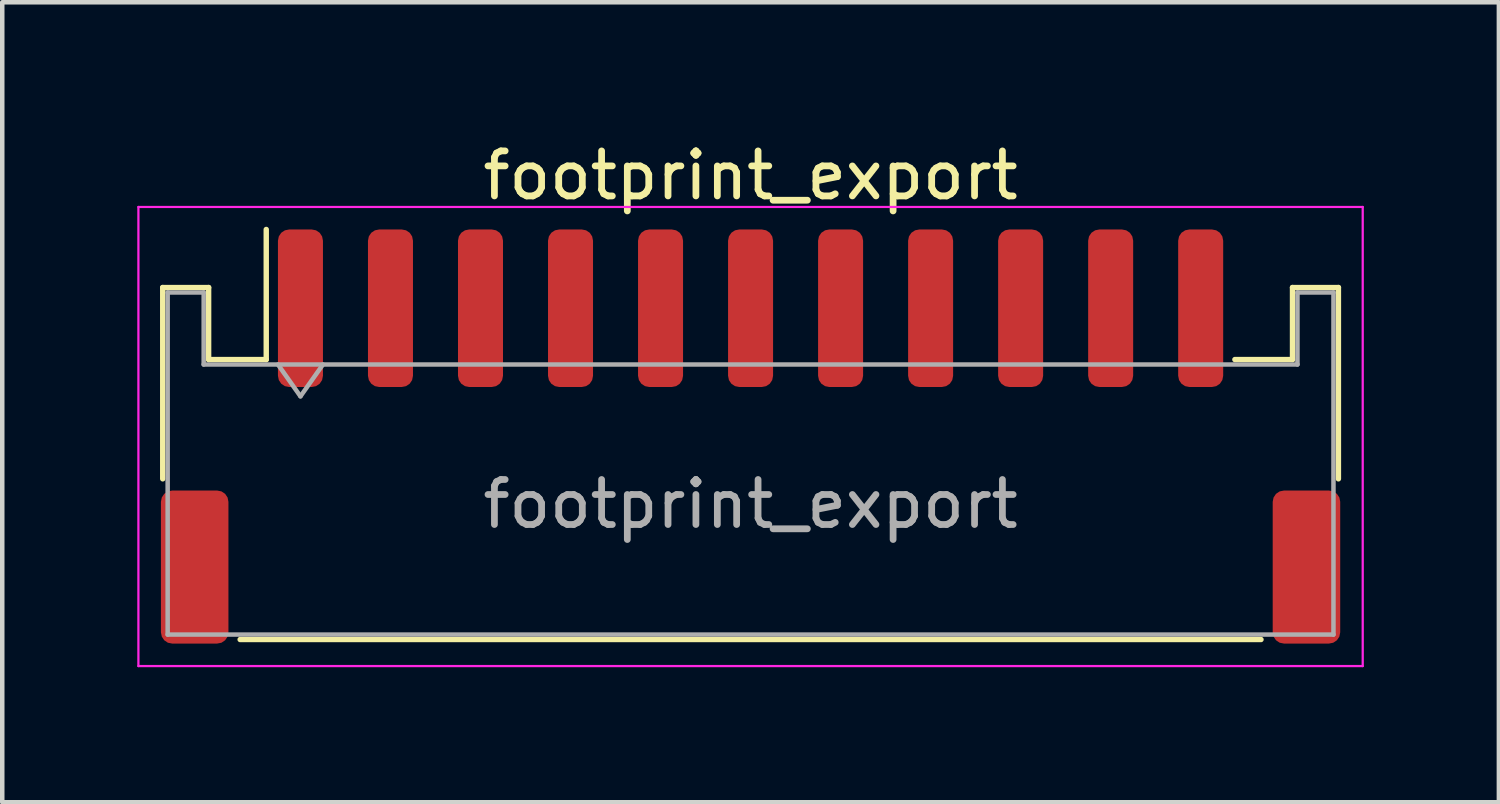
<source format=kicad_pcb>
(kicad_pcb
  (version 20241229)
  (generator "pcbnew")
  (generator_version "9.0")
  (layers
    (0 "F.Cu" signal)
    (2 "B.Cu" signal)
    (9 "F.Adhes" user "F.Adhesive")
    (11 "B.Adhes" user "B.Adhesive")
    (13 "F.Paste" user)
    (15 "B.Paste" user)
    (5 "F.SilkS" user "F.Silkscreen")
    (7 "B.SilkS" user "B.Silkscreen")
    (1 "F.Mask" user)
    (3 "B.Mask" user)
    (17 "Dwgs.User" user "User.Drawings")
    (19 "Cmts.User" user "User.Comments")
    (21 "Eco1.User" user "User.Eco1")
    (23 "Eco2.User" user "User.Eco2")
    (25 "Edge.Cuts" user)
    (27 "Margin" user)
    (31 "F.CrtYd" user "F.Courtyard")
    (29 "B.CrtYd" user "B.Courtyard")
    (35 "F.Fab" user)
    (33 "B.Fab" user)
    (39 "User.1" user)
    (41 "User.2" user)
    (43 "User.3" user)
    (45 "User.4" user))
  (footprint "footprint_export"
    (layer "F.Cu")
    (at 13.625 6.648)
    (property "Reference" "footprint_export" (at 0 -5.8 0) (layer "F.SilkS") (effects (font (size 1 1) (thickness 0.15))))
    (attr smd)
    (fp_line (start -13.06 -3.31) (end -12.04 -3.31) (stroke (width 0.12) (type solid)) (layer "F.SilkS"))
    (fp_line (start -13.06 0.94) (end -13.06 -3.31) (stroke (width 0.12) (type solid)) (layer "F.SilkS"))
    (fp_line (start -12.04 -3.31) (end -12.04 -1.71) (stroke (width 0.12) (type solid)) (layer "F.SilkS"))
    (fp_line (start -12.04 -1.71) (end -10.76 -1.71) (stroke (width 0.12) (type solid)) (layer "F.SilkS"))
    (fp_line (start -11.34 4.51) (end 11.34 4.51) (stroke (width 0.12) (type solid)) (layer "F.SilkS"))
    (fp_line (start -10.76 -1.71) (end -10.76 -4.6) (stroke (width 0.12) (type solid)) (layer "F.SilkS"))
    (fp_line (start 12.04 -3.31) (end 12.04 -1.71) (stroke (width 0.12) (type solid)) (layer "F.SilkS"))
    (fp_line (start 12.04 -1.71) (end 10.76 -1.71) (stroke (width 0.12) (type solid)) (layer "F.SilkS"))
    (fp_line (start 13.06 -3.31) (end 12.04 -3.31) (stroke (width 0.12) (type solid)) (layer "F.SilkS"))
    (fp_line (start 13.06 0.94) (end 13.06 -3.31) (stroke (width 0.12) (type solid)) (layer "F.SilkS"))
    (fp_line (start -13.6 -5.1) (end -13.6 5.1) (stroke (width 0.05) (type solid)) (layer "F.CrtYd"))
    (fp_line (start -13.6 5.1) (end 13.6 5.1) (stroke (width 0.05) (type solid)) (layer "F.CrtYd"))
    (fp_line (start 13.6 -5.1) (end -13.6 -5.1) (stroke (width 0.05) (type solid)) (layer "F.CrtYd"))
    (fp_line (start 13.6 5.1) (end 13.6 -5.1) (stroke (width 0.05) (type solid)) (layer "F.CrtYd"))
    (fp_line (start -12.95 -3.2) (end -12.95 4.4) (stroke (width 0.1) (type solid)) (layer "F.Fab"))
    (fp_line (start -12.95 -3.2) (end -12.15 -3.2) (stroke (width 0.1) (type solid)) (layer "F.Fab"))
    (fp_line (start -12.95 4.4) (end 12.95 4.4) (stroke (width 0.1) (type solid)) (layer "F.Fab"))
    (fp_line (start -12.15 -3.2) (end -12.15 -1.6) (stroke (width 0.1) (type solid)) (layer "F.Fab"))
    (fp_line (start -12.15 -1.6) (end 12.15 -1.6) (stroke (width 0.1) (type solid)) (layer "F.Fab"))
    (fp_line (start -10.5 -1.6) (end -10 -0.893) (stroke (width 0.1) (type solid)) (layer "F.Fab"))
    (fp_line (start -10 -0.893) (end -9.5 -1.6) (stroke (width 0.1) (type solid)) (layer "F.Fab"))
    (fp_line (start 12.15 -3.2) (end 12.95 -3.2) (stroke (width 0.1) (type solid)) (layer "F.Fab"))
    (fp_line (start 12.15 -1.6) (end 12.15 -3.2) (stroke (width 0.1) (type solid)) (layer "F.Fab"))
    (fp_line (start 12.95 -3.2) (end 12.95 4.4) (stroke (width 0.1) (type solid)) (layer "F.Fab"))
    (fp_text user "${REFERENCE}" (at 0 1.5 0) (layer "F.Fab") (effects (font (size 1 1) (thickness 0.15))))
    (pad "1" smd roundrect (at -10 -2.85) (size 1 3.5) (layers "F.Cu" "F.Mask" "F.Paste") (roundrect_rratio 0.25))
    (pad "2" smd roundrect (at -8 -2.85) (size 1 3.5) (layers "F.Cu" "F.Mask" "F.Paste") (roundrect_rratio 0.25))
    (pad "3" smd roundrect (at -6 -2.85) (size 1 3.5) (layers "F.Cu" "F.Mask" "F.Paste") (roundrect_rratio 0.25))
    (pad "4" smd roundrect (at -4 -2.85) (size 1 3.5) (layers "F.Cu" "F.Mask" "F.Paste") (roundrect_rratio 0.25))
    (pad "5" smd roundrect (at -2 -2.85) (size 1 3.5) (layers "F.Cu" "F.Mask" "F.Paste") (roundrect_rratio 0.25))
    (pad "6" smd roundrect (at 0 -2.85) (size 1 3.5) (layers "F.Cu" "F.Mask" "F.Paste") (roundrect_rratio 0.25))
    (pad "7" smd roundrect (at 2 -2.85) (size 1 3.5) (layers "F.Cu" "F.Mask" "F.Paste") (roundrect_rratio 0.25))
    (pad "8" smd roundrect (at 4 -2.85) (size 1 3.5) (layers "F.Cu" "F.Mask" "F.Paste") (roundrect_rratio 0.25))
    (pad "9" smd roundrect (at 6 -2.85) (size 1 3.5) (layers "F.Cu" "F.Mask" "F.Paste") (roundrect_rratio 0.25))
    (pad "10" smd roundrect (at 8 -2.85) (size 1 3.5) (layers "F.Cu" "F.Mask" "F.Paste") (roundrect_rratio 0.25))
    (pad "11" smd roundrect (at 10 -2.85) (size 1 3.5) (layers "F.Cu" "F.Mask" "F.Paste") (roundrect_rratio 0.25))
    (pad "MP" smd roundrect (at -12.35 2.9) (size 1.5 3.4) (layers "F.Cu" "F.Mask" "F.Paste") (roundrect_rratio 0.167))
    (pad "MP" smd roundrect (at 12.35 2.9) (size 1.5 3.4) (layers "F.Cu" "F.Mask" "F.Paste") (roundrect_rratio 0.167)))
  (gr_rect
    (start -3 -3)
    (end 30.25 14.773)
    (stroke (width 0.1) (type default))
    (fill no)
    (layer "Edge.Cuts")))
</source>
